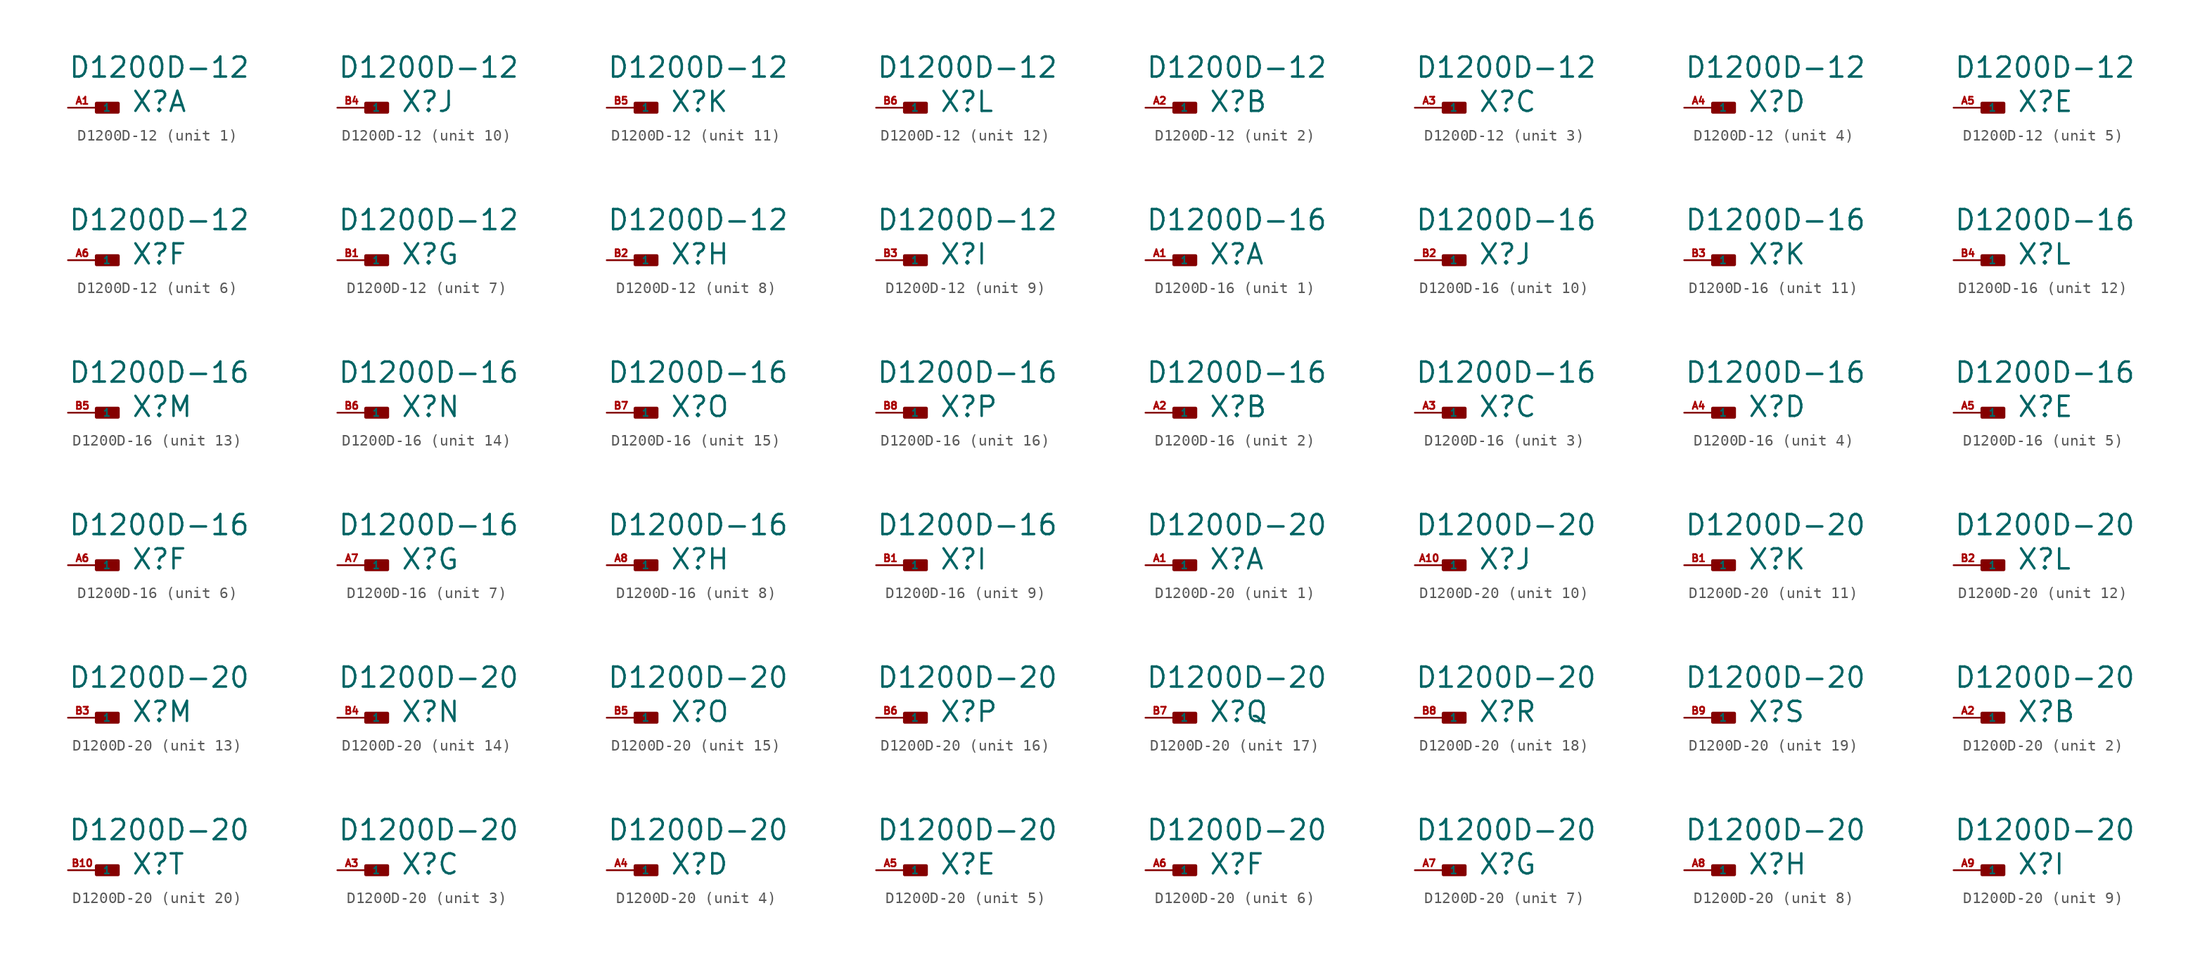
<source format=kicad_sym>
(kicad_symbol_lib
  (version 20220914)
  (generator Eagle2Kicad)
  (symbol "D1200D-12"
    (property "Reference" "X"
      (at 3.048 -0.508 0)
      (effects (font (size 1.778 1.778) (thickness 0.22)) (justify left bottom)))
    (property "Value" "D1200D-12"
      (at -2.54 2.54 0)
      (effects (font (size 1.778 1.778) (thickness 0.22)) (justify left bottom)))
    (symbol "D1200D-12_1_0"
      (rectangle (start 0 -0.381) (end 1.905 0.381) (stroke (width 0.3) (type default)) (fill (type outline)))
      (pin passive line (at -2.54 0 0) (length 2.54) (name "1" (effects (font (size 0.635 0.635) (thickness 0.08)) (justify left bottom))) (number "A1" (effects (font (size 0.635 0.635) (thickness 0.08)) (justify left bottom)))))
    (symbol "D1200D-12_2_0"
      (rectangle (start 0 -0.381) (end 1.905 0.381) (stroke (width 0.3) (type default)) (fill (type outline)))
      (pin passive line (at -2.54 0 0) (length 2.54) (name "1" (effects (font (size 0.635 0.635) (thickness 0.08)) (justify left bottom))) (number "A2" (effects (font (size 0.635 0.635) (thickness 0.08)) (justify left bottom)))))
    (symbol "D1200D-12_3_0"
      (rectangle (start 0 -0.381) (end 1.905 0.381) (stroke (width 0.3) (type default)) (fill (type outline)))
      (pin passive line (at -2.54 0 0) (length 2.54) (name "1" (effects (font (size 0.635 0.635) (thickness 0.08)) (justify left bottom))) (number "A3" (effects (font (size 0.635 0.635) (thickness 0.08)) (justify left bottom)))))
    (symbol "D1200D-12_4_0"
      (rectangle (start 0 -0.381) (end 1.905 0.381) (stroke (width 0.3) (type default)) (fill (type outline)))
      (pin passive line (at -2.54 0 0) (length 2.54) (name "1" (effects (font (size 0.635 0.635) (thickness 0.08)) (justify left bottom))) (number "A4" (effects (font (size 0.635 0.635) (thickness 0.08)) (justify left bottom)))))
    (symbol "D1200D-12_5_0"
      (rectangle (start 0 -0.381) (end 1.905 0.381) (stroke (width 0.3) (type default)) (fill (type outline)))
      (pin passive line (at -2.54 0 0) (length 2.54) (name "1" (effects (font (size 0.635 0.635) (thickness 0.08)) (justify left bottom))) (number "A5" (effects (font (size 0.635 0.635) (thickness 0.08)) (justify left bottom)))))
    (symbol "D1200D-12_6_0"
      (rectangle (start 0 -0.381) (end 1.905 0.381) (stroke (width 0.3) (type default)) (fill (type outline)))
      (pin passive line (at -2.54 0 0) (length 2.54) (name "1" (effects (font (size 0.635 0.635) (thickness 0.08)) (justify left bottom))) (number "A6" (effects (font (size 0.635 0.635) (thickness 0.08)) (justify left bottom)))))
    (symbol "D1200D-12_7_0"
      (rectangle (start 0 -0.381) (end 1.905 0.381) (stroke (width 0.3) (type default)) (fill (type outline)))
      (pin passive line (at -2.54 0 0) (length 2.54) (name "1" (effects (font (size 0.635 0.635) (thickness 0.08)) (justify left bottom))) (number "B1" (effects (font (size 0.635 0.635) (thickness 0.08)) (justify left bottom)))))
    (symbol "D1200D-12_8_0"
      (rectangle (start 0 -0.381) (end 1.905 0.381) (stroke (width 0.3) (type default)) (fill (type outline)))
      (pin passive line (at -2.54 0 0) (length 2.54) (name "1" (effects (font (size 0.635 0.635) (thickness 0.08)) (justify left bottom))) (number "B2" (effects (font (size 0.635 0.635) (thickness 0.08)) (justify left bottom)))))
    (symbol "D1200D-12_9_0"
      (rectangle (start 0 -0.381) (end 1.905 0.381) (stroke (width 0.3) (type default)) (fill (type outline)))
      (pin passive line (at -2.54 0 0) (length 2.54) (name "1" (effects (font (size 0.635 0.635) (thickness 0.08)) (justify left bottom))) (number "B3" (effects (font (size 0.635 0.635) (thickness 0.08)) (justify left bottom)))))
    (symbol "D1200D-12_10_0"
      (rectangle (start 0 -0.381) (end 1.905 0.381) (stroke (width 0.3) (type default)) (fill (type outline)))
      (pin passive line (at -2.54 0 0) (length 2.54) (name "1" (effects (font (size 0.635 0.635) (thickness 0.08)) (justify left bottom))) (number "B4" (effects (font (size 0.635 0.635) (thickness 0.08)) (justify left bottom)))))
    (symbol "D1200D-12_11_0"
      (rectangle (start 0 -0.381) (end 1.905 0.381) (stroke (width 0.3) (type default)) (fill (type outline)))
      (pin passive line (at -2.54 0 0) (length 2.54) (name "1" (effects (font (size 0.635 0.635) (thickness 0.08)) (justify left bottom))) (number "B5" (effects (font (size 0.635 0.635) (thickness 0.08)) (justify left bottom)))))
    (symbol "D1200D-12_12_0"
      (rectangle (start 0 -0.381) (end 1.905 0.381) (stroke (width 0.3) (type default)) (fill (type outline)))
      (pin passive line (at -2.54 0 0) (length 2.54) (name "1" (effects (font (size 0.635 0.635) (thickness 0.08)) (justify left bottom))) (number "B6" (effects (font (size 0.635 0.635) (thickness 0.08)) (justify left bottom))))))
  (symbol "D1200D-16"
    (property "Reference" "X"
      (at 3.048 -0.508 0)
      (effects (font (size 1.778 1.778) (thickness 0.22)) (justify left bottom)))
    (property "Value" "D1200D-16"
      (at -2.54 2.54 0)
      (effects (font (size 1.778 1.778) (thickness 0.22)) (justify left bottom)))
    (symbol "D1200D-16_1_0"
      (rectangle (start 0 -0.381) (end 1.905 0.381) (stroke (width 0.3) (type default)) (fill (type outline)))
      (pin passive line (at -2.54 0 0) (length 2.54) (name "1" (effects (font (size 0.635 0.635) (thickness 0.08)) (justify left bottom))) (number "A1" (effects (font (size 0.635 0.635) (thickness 0.08)) (justify left bottom)))))
    (symbol "D1200D-16_2_0"
      (rectangle (start 0 -0.381) (end 1.905 0.381) (stroke (width 0.3) (type default)) (fill (type outline)))
      (pin passive line (at -2.54 0 0) (length 2.54) (name "1" (effects (font (size 0.635 0.635) (thickness 0.08)) (justify left bottom))) (number "A2" (effects (font (size 0.635 0.635) (thickness 0.08)) (justify left bottom)))))
    (symbol "D1200D-16_3_0"
      (rectangle (start 0 -0.381) (end 1.905 0.381) (stroke (width 0.3) (type default)) (fill (type outline)))
      (pin passive line (at -2.54 0 0) (length 2.54) (name "1" (effects (font (size 0.635 0.635) (thickness 0.08)) (justify left bottom))) (number "A3" (effects (font (size 0.635 0.635) (thickness 0.08)) (justify left bottom)))))
    (symbol "D1200D-16_4_0"
      (rectangle (start 0 -0.381) (end 1.905 0.381) (stroke (width 0.3) (type default)) (fill (type outline)))
      (pin passive line (at -2.54 0 0) (length 2.54) (name "1" (effects (font (size 0.635 0.635) (thickness 0.08)) (justify left bottom))) (number "A4" (effects (font (size 0.635 0.635) (thickness 0.08)) (justify left bottom)))))
    (symbol "D1200D-16_5_0"
      (rectangle (start 0 -0.381) (end 1.905 0.381) (stroke (width 0.3) (type default)) (fill (type outline)))
      (pin passive line (at -2.54 0 0) (length 2.54) (name "1" (effects (font (size 0.635 0.635) (thickness 0.08)) (justify left bottom))) (number "A5" (effects (font (size 0.635 0.635) (thickness 0.08)) (justify left bottom)))))
    (symbol "D1200D-16_6_0"
      (rectangle (start 0 -0.381) (end 1.905 0.381) (stroke (width 0.3) (type default)) (fill (type outline)))
      (pin passive line (at -2.54 0 0) (length 2.54) (name "1" (effects (font (size 0.635 0.635) (thickness 0.08)) (justify left bottom))) (number "A6" (effects (font (size 0.635 0.635) (thickness 0.08)) (justify left bottom)))))
    (symbol "D1200D-16_7_0"
      (rectangle (start 0 -0.381) (end 1.905 0.381) (stroke (width 0.3) (type default)) (fill (type outline)))
      (pin passive line (at -2.54 0 0) (length 2.54) (name "1" (effects (font (size 0.635 0.635) (thickness 0.08)) (justify left bottom))) (number "A7" (effects (font (size 0.635 0.635) (thickness 0.08)) (justify left bottom)))))
    (symbol "D1200D-16_8_0"
      (rectangle (start 0 -0.381) (end 1.905 0.381) (stroke (width 0.3) (type default)) (fill (type outline)))
      (pin passive line (at -2.54 0 0) (length 2.54) (name "1" (effects (font (size 0.635 0.635) (thickness 0.08)) (justify left bottom))) (number "A8" (effects (font (size 0.635 0.635) (thickness 0.08)) (justify left bottom)))))
    (symbol "D1200D-16_9_0"
      (rectangle (start 0 -0.381) (end 1.905 0.381) (stroke (width 0.3) (type default)) (fill (type outline)))
      (pin passive line (at -2.54 0 0) (length 2.54) (name "1" (effects (font (size 0.635 0.635) (thickness 0.08)) (justify left bottom))) (number "B1" (effects (font (size 0.635 0.635) (thickness 0.08)) (justify left bottom)))))
    (symbol "D1200D-16_10_0"
      (rectangle (start 0 -0.381) (end 1.905 0.381) (stroke (width 0.3) (type default)) (fill (type outline)))
      (pin passive line (at -2.54 0 0) (length 2.54) (name "1" (effects (font (size 0.635 0.635) (thickness 0.08)) (justify left bottom))) (number "B2" (effects (font (size 0.635 0.635) (thickness 0.08)) (justify left bottom)))))
    (symbol "D1200D-16_11_0"
      (rectangle (start 0 -0.381) (end 1.905 0.381) (stroke (width 0.3) (type default)) (fill (type outline)))
      (pin passive line (at -2.54 0 0) (length 2.54) (name "1" (effects (font (size 0.635 0.635) (thickness 0.08)) (justify left bottom))) (number "B3" (effects (font (size 0.635 0.635) (thickness 0.08)) (justify left bottom)))))
    (symbol "D1200D-16_12_0"
      (rectangle (start 0 -0.381) (end 1.905 0.381) (stroke (width 0.3) (type default)) (fill (type outline)))
      (pin passive line (at -2.54 0 0) (length 2.54) (name "1" (effects (font (size 0.635 0.635) (thickness 0.08)) (justify left bottom))) (number "B4" (effects (font (size 0.635 0.635) (thickness 0.08)) (justify left bottom)))))
    (symbol "D1200D-16_13_0"
      (rectangle (start 0 -0.381) (end 1.905 0.381) (stroke (width 0.3) (type default)) (fill (type outline)))
      (pin passive line (at -2.54 0 0) (length 2.54) (name "1" (effects (font (size 0.635 0.635) (thickness 0.08)) (justify left bottom))) (number "B5" (effects (font (size 0.635 0.635) (thickness 0.08)) (justify left bottom)))))
    (symbol "D1200D-16_14_0"
      (rectangle (start 0 -0.381) (end 1.905 0.381) (stroke (width 0.3) (type default)) (fill (type outline)))
      (pin passive line (at -2.54 0 0) (length 2.54) (name "1" (effects (font (size 0.635 0.635) (thickness 0.08)) (justify left bottom))) (number "B6" (effects (font (size 0.635 0.635) (thickness 0.08)) (justify left bottom)))))
    (symbol "D1200D-16_15_0"
      (rectangle (start 0 -0.381) (end 1.905 0.381) (stroke (width 0.3) (type default)) (fill (type outline)))
      (pin passive line (at -2.54 0 0) (length 2.54) (name "1" (effects (font (size 0.635 0.635) (thickness 0.08)) (justify left bottom))) (number "B7" (effects (font (size 0.635 0.635) (thickness 0.08)) (justify left bottom)))))
    (symbol "D1200D-16_16_0"
      (rectangle (start 0 -0.381) (end 1.905 0.381) (stroke (width 0.3) (type default)) (fill (type outline)))
      (pin passive line (at -2.54 0 0) (length 2.54) (name "1" (effects (font (size 0.635 0.635) (thickness 0.08)) (justify left bottom))) (number "B8" (effects (font (size 0.635 0.635) (thickness 0.08)) (justify left bottom))))))
  (symbol "D1200D-20"
    (property "Reference" "X"
      (at 3.048 -0.508 0)
      (effects (font (size 1.778 1.778) (thickness 0.22)) (justify left bottom)))
    (property "Value" "D1200D-20"
      (at -2.54 2.54 0)
      (effects (font (size 1.778 1.778) (thickness 0.22)) (justify left bottom)))
    (symbol "D1200D-20_1_0"
      (rectangle (start 0 -0.381) (end 1.905 0.381) (stroke (width 0.3) (type default)) (fill (type outline)))
      (pin passive line (at -2.54 0 0) (length 2.54) (name "1" (effects (font (size 0.635 0.635) (thickness 0.08)) (justify left bottom))) (number "A1" (effects (font (size 0.635 0.635) (thickness 0.08)) (justify left bottom)))))
    (symbol "D1200D-20_2_0"
      (rectangle (start 0 -0.381) (end 1.905 0.381) (stroke (width 0.3) (type default)) (fill (type outline)))
      (pin passive line (at -2.54 0 0) (length 2.54) (name "1" (effects (font (size 0.635 0.635) (thickness 0.08)) (justify left bottom))) (number "A2" (effects (font (size 0.635 0.635) (thickness 0.08)) (justify left bottom)))))
    (symbol "D1200D-20_3_0"
      (rectangle (start 0 -0.381) (end 1.905 0.381) (stroke (width 0.3) (type default)) (fill (type outline)))
      (pin passive line (at -2.54 0 0) (length 2.54) (name "1" (effects (font (size 0.635 0.635) (thickness 0.08)) (justify left bottom))) (number "A3" (effects (font (size 0.635 0.635) (thickness 0.08)) (justify left bottom)))))
    (symbol "D1200D-20_4_0"
      (rectangle (start 0 -0.381) (end 1.905 0.381) (stroke (width 0.3) (type default)) (fill (type outline)))
      (pin passive line (at -2.54 0 0) (length 2.54) (name "1" (effects (font (size 0.635 0.635) (thickness 0.08)) (justify left bottom))) (number "A4" (effects (font (size 0.635 0.635) (thickness 0.08)) (justify left bottom)))))
    (symbol "D1200D-20_5_0"
      (rectangle (start 0 -0.381) (end 1.905 0.381) (stroke (width 0.3) (type default)) (fill (type outline)))
      (pin passive line (at -2.54 0 0) (length 2.54) (name "1" (effects (font (size 0.635 0.635) (thickness 0.08)) (justify left bottom))) (number "A5" (effects (font (size 0.635 0.635) (thickness 0.08)) (justify left bottom)))))
    (symbol "D1200D-20_6_0"
      (rectangle (start 0 -0.381) (end 1.905 0.381) (stroke (width 0.3) (type default)) (fill (type outline)))
      (pin passive line (at -2.54 0 0) (length 2.54) (name "1" (effects (font (size 0.635 0.635) (thickness 0.08)) (justify left bottom))) (number "A6" (effects (font (size 0.635 0.635) (thickness 0.08)) (justify left bottom)))))
    (symbol "D1200D-20_7_0"
      (rectangle (start 0 -0.381) (end 1.905 0.381) (stroke (width 0.3) (type default)) (fill (type outline)))
      (pin passive line (at -2.54 0 0) (length 2.54) (name "1" (effects (font (size 0.635 0.635) (thickness 0.08)) (justify left bottom))) (number "A7" (effects (font (size 0.635 0.635) (thickness 0.08)) (justify left bottom)))))
    (symbol "D1200D-20_8_0"
      (rectangle (start 0 -0.381) (end 1.905 0.381) (stroke (width 0.3) (type default)) (fill (type outline)))
      (pin passive line (at -2.54 0 0) (length 2.54) (name "1" (effects (font (size 0.635 0.635) (thickness 0.08)) (justify left bottom))) (number "A8" (effects (font (size 0.635 0.635) (thickness 0.08)) (justify left bottom)))))
    (symbol "D1200D-20_9_0"
      (rectangle (start 0 -0.381) (end 1.905 0.381) (stroke (width 0.3) (type default)) (fill (type outline)))
      (pin passive line (at -2.54 0 0) (length 2.54) (name "1" (effects (font (size 0.635 0.635) (thickness 0.08)) (justify left bottom))) (number "A9" (effects (font (size 0.635 0.635) (thickness 0.08)) (justify left bottom)))))
    (symbol "D1200D-20_10_0"
      (rectangle (start 0 -0.381) (end 1.905 0.381) (stroke (width 0.3) (type default)) (fill (type outline)))
      (pin passive line (at -2.54 0 0) (length 2.54) (name "1" (effects (font (size 0.635 0.635) (thickness 0.08)) (justify left bottom))) (number "A10" (effects (font (size 0.635 0.635) (thickness 0.08)) (justify left bottom)))))
    (symbol "D1200D-20_11_0"
      (rectangle (start 0 -0.381) (end 1.905 0.381) (stroke (width 0.3) (type default)) (fill (type outline)))
      (pin passive line (at -2.54 0 0) (length 2.54) (name "1" (effects (font (size 0.635 0.635) (thickness 0.08)) (justify left bottom))) (number "B1" (effects (font (size 0.635 0.635) (thickness 0.08)) (justify left bottom)))))
    (symbol "D1200D-20_12_0"
      (rectangle (start 0 -0.381) (end 1.905 0.381) (stroke (width 0.3) (type default)) (fill (type outline)))
      (pin passive line (at -2.54 0 0) (length 2.54) (name "1" (effects (font (size 0.635 0.635) (thickness 0.08)) (justify left bottom))) (number "B2" (effects (font (size 0.635 0.635) (thickness 0.08)) (justify left bottom)))))
    (symbol "D1200D-20_13_0"
      (rectangle (start 0 -0.381) (end 1.905 0.381) (stroke (width 0.3) (type default)) (fill (type outline)))
      (pin passive line (at -2.54 0 0) (length 2.54) (name "1" (effects (font (size 0.635 0.635) (thickness 0.08)) (justify left bottom))) (number "B3" (effects (font (size 0.635 0.635) (thickness 0.08)) (justify left bottom)))))
    (symbol "D1200D-20_14_0"
      (rectangle (start 0 -0.381) (end 1.905 0.381) (stroke (width 0.3) (type default)) (fill (type outline)))
      (pin passive line (at -2.54 0 0) (length 2.54) (name "1" (effects (font (size 0.635 0.635) (thickness 0.08)) (justify left bottom))) (number "B4" (effects (font (size 0.635 0.635) (thickness 0.08)) (justify left bottom)))))
    (symbol "D1200D-20_15_0"
      (rectangle (start 0 -0.381) (end 1.905 0.381) (stroke (width 0.3) (type default)) (fill (type outline)))
      (pin passive line (at -2.54 0 0) (length 2.54) (name "1" (effects (font (size 0.635 0.635) (thickness 0.08)) (justify left bottom))) (number "B5" (effects (font (size 0.635 0.635) (thickness 0.08)) (justify left bottom)))))
    (symbol "D1200D-20_16_0"
      (rectangle (start 0 -0.381) (end 1.905 0.381) (stroke (width 0.3) (type default)) (fill (type outline)))
      (pin passive line (at -2.54 0 0) (length 2.54) (name "1" (effects (font (size 0.635 0.635) (thickness 0.08)) (justify left bottom))) (number "B6" (effects (font (size 0.635 0.635) (thickness 0.08)) (justify left bottom)))))
    (symbol "D1200D-20_17_0"
      (rectangle (start 0 -0.381) (end 1.905 0.381) (stroke (width 0.3) (type default)) (fill (type outline)))
      (pin passive line (at -2.54 0 0) (length 2.54) (name "1" (effects (font (size 0.635 0.635) (thickness 0.08)) (justify left bottom))) (number "B7" (effects (font (size 0.635 0.635) (thickness 0.08)) (justify left bottom)))))
    (symbol "D1200D-20_18_0"
      (rectangle (start 0 -0.381) (end 1.905 0.381) (stroke (width 0.3) (type default)) (fill (type outline)))
      (pin passive line (at -2.54 0 0) (length 2.54) (name "1" (effects (font (size 0.635 0.635) (thickness 0.08)) (justify left bottom))) (number "B8" (effects (font (size 0.635 0.635) (thickness 0.08)) (justify left bottom)))))
    (symbol "D1200D-20_19_0"
      (rectangle (start 0 -0.381) (end 1.905 0.381) (stroke (width 0.3) (type default)) (fill (type outline)))
      (pin passive line (at -2.54 0 0) (length 2.54) (name "1" (effects (font (size 0.635 0.635) (thickness 0.08)) (justify left bottom))) (number "B9" (effects (font (size 0.635 0.635) (thickness 0.08)) (justify left bottom)))))
    (symbol "D1200D-20_20_0"
      (rectangle (start 0 -0.381) (end 1.905 0.381) (stroke (width 0.3) (type default)) (fill (type outline)))
      (pin passive line (at -2.54 0 0) (length 2.54) (name "1" (effects (font (size 0.635 0.635) (thickness 0.08)) (justify left bottom))) (number "B10" (effects (font (size 0.635 0.635) (thickness 0.08)) (justify left bottom)))))))
</source>
